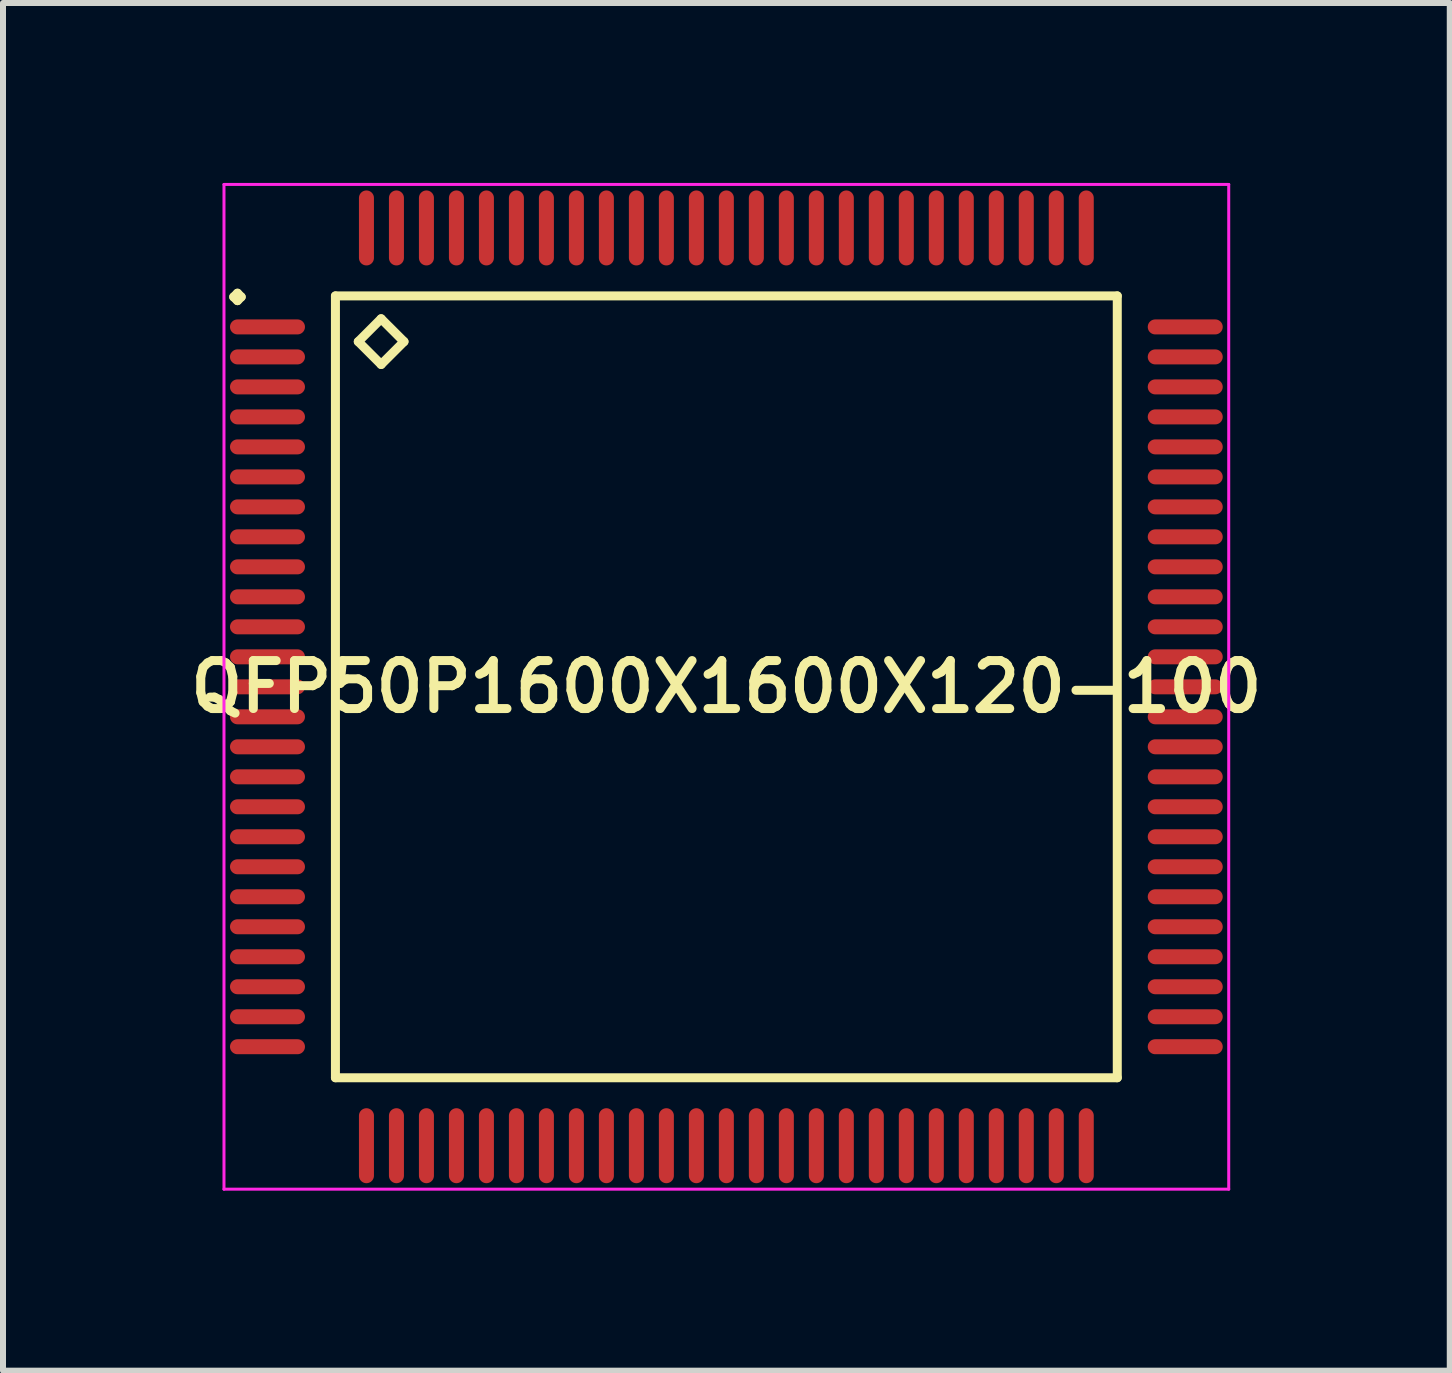
<source format=kicad_pcb>
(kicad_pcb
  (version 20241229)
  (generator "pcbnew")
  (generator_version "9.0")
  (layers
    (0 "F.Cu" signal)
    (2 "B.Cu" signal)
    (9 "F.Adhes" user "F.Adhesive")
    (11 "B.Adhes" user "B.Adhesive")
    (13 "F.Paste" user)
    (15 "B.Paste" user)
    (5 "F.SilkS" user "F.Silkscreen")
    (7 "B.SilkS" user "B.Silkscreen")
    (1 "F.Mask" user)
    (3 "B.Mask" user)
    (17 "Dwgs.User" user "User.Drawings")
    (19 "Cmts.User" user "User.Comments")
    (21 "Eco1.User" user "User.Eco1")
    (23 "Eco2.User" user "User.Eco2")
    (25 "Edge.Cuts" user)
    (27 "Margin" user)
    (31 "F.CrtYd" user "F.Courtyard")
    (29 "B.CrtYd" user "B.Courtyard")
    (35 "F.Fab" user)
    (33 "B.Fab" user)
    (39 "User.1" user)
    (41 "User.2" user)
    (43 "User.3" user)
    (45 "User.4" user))
  (footprint "QFP50P1600X1600X120-100"
    (layer "F.Cu")
    (at 9.059 8.4)
    (property "Reference" "QFP50P1600X1600X120-100" (at 0 0 0) (layer "F.SilkS") (effects (font (size 0.8 0.8) (thickness 0.15))))
    (attr smd)
    (fp_line (start -8.213 -6.5) (end -8.15 -6.562) (stroke (width 0.15) (type solid)) (layer "F.SilkS"))
    (fp_line (start -8.15 -6.562) (end -8.088 -6.5) (stroke (width 0.15) (type solid)) (layer "F.SilkS"))
    (fp_line (start -8.15 -6.438) (end -8.213 -6.5) (stroke (width 0.15) (type solid)) (layer "F.SilkS"))
    (fp_line (start -8.088 -6.5) (end -8.15 -6.438) (stroke (width 0.15) (type solid)) (layer "F.SilkS"))
    (fp_line (start -6.517 -6.517) (end -6.517 6.517) (stroke (width 0.15) (type solid)) (layer "F.SilkS"))
    (fp_line (start -6.517 6.517) (end 6.517 6.517) (stroke (width 0.15) (type solid)) (layer "F.SilkS"))
    (fp_line (start -6.136 -5.755) (end -5.755 -6.136) (stroke (width 0.15) (type solid)) (layer "F.SilkS"))
    (fp_line (start -5.755 -6.136) (end -5.374 -5.755) (stroke (width 0.15) (type solid)) (layer "F.SilkS"))
    (fp_line (start -5.755 -5.374) (end -6.136 -5.755) (stroke (width 0.15) (type solid)) (layer "F.SilkS"))
    (fp_line (start -5.374 -5.755) (end -5.755 -5.374) (stroke (width 0.15) (type solid)) (layer "F.SilkS"))
    (fp_line (start 6.517 -6.517) (end -6.517 -6.517) (stroke (width 0.15) (type solid)) (layer "F.SilkS"))
    (fp_line (start 6.517 6.517) (end 6.517 -6.517) (stroke (width 0.15) (type solid)) (layer "F.SilkS"))
    (fp_line (start -8.375 -8.375) (end 8.375 -8.375) (stroke (width 0.05) (type solid)) (layer "F.CrtYd"))
    (fp_line (start -8.375 8.375) (end -8.375 -8.375) (stroke (width 0.05) (type solid)) (layer "F.CrtYd"))
    (fp_line (start 8.375 -8.375) (end 8.375 8.375) (stroke (width 0.05) (type solid)) (layer "F.CrtYd"))
    (fp_line (start 8.375 8.375) (end -8.375 8.375) (stroke (width 0.05) (type solid)) (layer "F.CrtYd"))
    (pad "1" smd oval (at -7.65 -6) (size 1.25 0.25) (layers "F.Cu" "F.Mask" "F.Paste"))
    (pad "2" smd oval (at -7.65 -5.5) (size 1.25 0.25) (layers "F.Cu" "F.Mask" "F.Paste"))
    (pad "3" smd oval (at -7.65 -5) (size 1.25 0.25) (layers "F.Cu" "F.Mask" "F.Paste"))
    (pad "4" smd oval (at -7.65 -4.5) (size 1.25 0.25) (layers "F.Cu" "F.Mask" "F.Paste"))
    (pad "5" smd oval (at -7.65 -4) (size 1.25 0.25) (layers "F.Cu" "F.Mask" "F.Paste"))
    (pad "6" smd oval (at -7.65 -3.5) (size 1.25 0.25) (layers "F.Cu" "F.Mask" "F.Paste"))
    (pad "7" smd oval (at -7.65 -3) (size 1.25 0.25) (layers "F.Cu" "F.Mask" "F.Paste"))
    (pad "8" smd oval (at -7.65 -2.5) (size 1.25 0.25) (layers "F.Cu" "F.Mask" "F.Paste"))
    (pad "9" smd oval (at -7.65 -2) (size 1.25 0.25) (layers "F.Cu" "F.Mask" "F.Paste"))
    (pad "10" smd oval (at -7.65 -1.5) (size 1.25 0.25) (layers "F.Cu" "F.Mask" "F.Paste"))
    (pad "11" smd oval (at -7.65 -1) (size 1.25 0.25) (layers "F.Cu" "F.Mask" "F.Paste"))
    (pad "12" smd oval (at -7.65 -0.5) (size 1.25 0.25) (layers "F.Cu" "F.Mask" "F.Paste"))
    (pad "13" smd oval (at -7.65 0) (size 1.25 0.25) (layers "F.Cu" "F.Mask" "F.Paste"))
    (pad "14" smd oval (at -7.65 0.5) (size 1.25 0.25) (layers "F.Cu" "F.Mask" "F.Paste"))
    (pad "15" smd oval (at -7.65 1) (size 1.25 0.25) (layers "F.Cu" "F.Mask" "F.Paste"))
    (pad "16" smd oval (at -7.65 1.5) (size 1.25 0.25) (layers "F.Cu" "F.Mask" "F.Paste"))
    (pad "17" smd oval (at -7.65 2) (size 1.25 0.25) (layers "F.Cu" "F.Mask" "F.Paste"))
    (pad "18" smd oval (at -7.65 2.5) (size 1.25 0.25) (layers "F.Cu" "F.Mask" "F.Paste"))
    (pad "19" smd oval (at -7.65 3) (size 1.25 0.25) (layers "F.Cu" "F.Mask" "F.Paste"))
    (pad "20" smd oval (at -7.65 3.5) (size 1.25 0.25) (layers "F.Cu" "F.Mask" "F.Paste"))
    (pad "21" smd oval (at -7.65 4) (size 1.25 0.25) (layers "F.Cu" "F.Mask" "F.Paste"))
    (pad "22" smd oval (at -7.65 4.5) (size 1.25 0.25) (layers "F.Cu" "F.Mask" "F.Paste"))
    (pad "23" smd oval (at -7.65 5) (size 1.25 0.25) (layers "F.Cu" "F.Mask" "F.Paste"))
    (pad "24" smd oval (at -7.65 5.5) (size 1.25 0.25) (layers "F.Cu" "F.Mask" "F.Paste"))
    (pad "25" smd oval (at -7.65 6) (size 1.25 0.25) (layers "F.Cu" "F.Mask" "F.Paste"))
    (pad "26" smd oval (at -6 7.65) (size 0.25 1.25) (layers "F.Cu" "F.Mask" "F.Paste"))
    (pad "27" smd oval (at -5.5 7.65) (size 0.25 1.25) (layers "F.Cu" "F.Mask" "F.Paste"))
    (pad "28" smd oval (at -5 7.65) (size 0.25 1.25) (layers "F.Cu" "F.Mask" "F.Paste"))
    (pad "29" smd oval (at -4.5 7.65) (size 0.25 1.25) (layers "F.Cu" "F.Mask" "F.Paste"))
    (pad "30" smd oval (at -4 7.65) (size 0.25 1.25) (layers "F.Cu" "F.Mask" "F.Paste"))
    (pad "31" smd oval (at -3.5 7.65) (size 0.25 1.25) (layers "F.Cu" "F.Mask" "F.Paste"))
    (pad "32" smd oval (at -3 7.65) (size 0.25 1.25) (layers "F.Cu" "F.Mask" "F.Paste"))
    (pad "33" smd oval (at -2.5 7.65) (size 0.25 1.25) (layers "F.Cu" "F.Mask" "F.Paste"))
    (pad "34" smd oval (at -2 7.65) (size 0.25 1.25) (layers "F.Cu" "F.Mask" "F.Paste"))
    (pad "35" smd oval (at -1.5 7.65) (size 0.25 1.25) (layers "F.Cu" "F.Mask" "F.Paste"))
    (pad "36" smd oval (at -1 7.65) (size 0.25 1.25) (layers "F.Cu" "F.Mask" "F.Paste"))
    (pad "37" smd oval (at -0.5 7.65) (size 0.25 1.25) (layers "F.Cu" "F.Mask" "F.Paste"))
    (pad "38" smd oval (at 0 7.65) (size 0.25 1.25) (layers "F.Cu" "F.Mask" "F.Paste"))
    (pad "39" smd oval (at 0.5 7.65) (size 0.25 1.25) (layers "F.Cu" "F.Mask" "F.Paste"))
    (pad "40" smd oval (at 1 7.65) (size 0.25 1.25) (layers "F.Cu" "F.Mask" "F.Paste"))
    (pad "41" smd oval (at 1.5 7.65) (size 0.25 1.25) (layers "F.Cu" "F.Mask" "F.Paste"))
    (pad "42" smd oval (at 2 7.65) (size 0.25 1.25) (layers "F.Cu" "F.Mask" "F.Paste"))
    (pad "43" smd oval (at 2.5 7.65) (size 0.25 1.25) (layers "F.Cu" "F.Mask" "F.Paste"))
    (pad "44" smd oval (at 3 7.65) (size 0.25 1.25) (layers "F.Cu" "F.Mask" "F.Paste"))
    (pad "45" smd oval (at 3.5 7.65) (size 0.25 1.25) (layers "F.Cu" "F.Mask" "F.Paste"))
    (pad "46" smd oval (at 4 7.65) (size 0.25 1.25) (layers "F.Cu" "F.Mask" "F.Paste"))
    (pad "47" smd oval (at 4.5 7.65) (size 0.25 1.25) (layers "F.Cu" "F.Mask" "F.Paste"))
    (pad "48" smd oval (at 5 7.65) (size 0.25 1.25) (layers "F.Cu" "F.Mask" "F.Paste"))
    (pad "49" smd oval (at 5.5 7.65) (size 0.25 1.25) (layers "F.Cu" "F.Mask" "F.Paste"))
    (pad "50" smd oval (at 6 7.65) (size 0.25 1.25) (layers "F.Cu" "F.Mask" "F.Paste"))
    (pad "51" smd oval (at 7.65 6) (size 1.25 0.25) (layers "F.Cu" "F.Mask" "F.Paste"))
    (pad "52" smd oval (at 7.65 5.5) (size 1.25 0.25) (layers "F.Cu" "F.Mask" "F.Paste"))
    (pad "53" smd oval (at 7.65 5) (size 1.25 0.25) (layers "F.Cu" "F.Mask" "F.Paste"))
    (pad "54" smd oval (at 7.65 4.5) (size 1.25 0.25) (layers "F.Cu" "F.Mask" "F.Paste"))
    (pad "55" smd oval (at 7.65 4) (size 1.25 0.25) (layers "F.Cu" "F.Mask" "F.Paste"))
    (pad "56" smd oval (at 7.65 3.5) (size 1.25 0.25) (layers "F.Cu" "F.Mask" "F.Paste"))
    (pad "57" smd oval (at 7.65 3) (size 1.25 0.25) (layers "F.Cu" "F.Mask" "F.Paste"))
    (pad "58" smd oval (at 7.65 2.5) (size 1.25 0.25) (layers "F.Cu" "F.Mask" "F.Paste"))
    (pad "59" smd oval (at 7.65 2) (size 1.25 0.25) (layers "F.Cu" "F.Mask" "F.Paste"))
    (pad "60" smd oval (at 7.65 1.5) (size 1.25 0.25) (layers "F.Cu" "F.Mask" "F.Paste"))
    (pad "61" smd oval (at 7.65 1) (size 1.25 0.25) (layers "F.Cu" "F.Mask" "F.Paste"))
    (pad "62" smd oval (at 7.65 0.5) (size 1.25 0.25) (layers "F.Cu" "F.Mask" "F.Paste"))
    (pad "63" smd oval (at 7.65 0) (size 1.25 0.25) (layers "F.Cu" "F.Mask" "F.Paste"))
    (pad "64" smd oval (at 7.65 -0.5) (size 1.25 0.25) (layers "F.Cu" "F.Mask" "F.Paste"))
    (pad "65" smd oval (at 7.65 -1) (size 1.25 0.25) (layers "F.Cu" "F.Mask" "F.Paste"))
    (pad "66" smd oval (at 7.65 -1.5) (size 1.25 0.25) (layers "F.Cu" "F.Mask" "F.Paste"))
    (pad "67" smd oval (at 7.65 -2) (size 1.25 0.25) (layers "F.Cu" "F.Mask" "F.Paste"))
    (pad "68" smd oval (at 7.65 -2.5) (size 1.25 0.25) (layers "F.Cu" "F.Mask" "F.Paste"))
    (pad "69" smd oval (at 7.65 -3) (size 1.25 0.25) (layers "F.Cu" "F.Mask" "F.Paste"))
    (pad "70" smd oval (at 7.65 -3.5) (size 1.25 0.25) (layers "F.Cu" "F.Mask" "F.Paste"))
    (pad "71" smd oval (at 7.65 -4) (size 1.25 0.25) (layers "F.Cu" "F.Mask" "F.Paste"))
    (pad "72" smd oval (at 7.65 -4.5) (size 1.25 0.25) (layers "F.Cu" "F.Mask" "F.Paste"))
    (pad "73" smd oval (at 7.65 -5) (size 1.25 0.25) (layers "F.Cu" "F.Mask" "F.Paste"))
    (pad "74" smd oval (at 7.65 -5.5) (size 1.25 0.25) (layers "F.Cu" "F.Mask" "F.Paste"))
    (pad "75" smd oval (at 7.65 -6) (size 1.25 0.25) (layers "F.Cu" "F.Mask" "F.Paste"))
    (pad "76" smd oval (at 6 -7.65) (size 0.25 1.25) (layers "F.Cu" "F.Mask" "F.Paste"))
    (pad "77" smd oval (at 5.5 -7.65) (size 0.25 1.25) (layers "F.Cu" "F.Mask" "F.Paste"))
    (pad "78" smd oval (at 5 -7.65) (size 0.25 1.25) (layers "F.Cu" "F.Mask" "F.Paste"))
    (pad "79" smd oval (at 4.5 -7.65) (size 0.25 1.25) (layers "F.Cu" "F.Mask" "F.Paste"))
    (pad "80" smd oval (at 4 -7.65) (size 0.25 1.25) (layers "F.Cu" "F.Mask" "F.Paste"))
    (pad "81" smd oval (at 3.5 -7.65) (size 0.25 1.25) (layers "F.Cu" "F.Mask" "F.Paste"))
    (pad "82" smd oval (at 3 -7.65) (size 0.25 1.25) (layers "F.Cu" "F.Mask" "F.Paste"))
    (pad "83" smd oval (at 2.5 -7.65) (size 0.25 1.25) (layers "F.Cu" "F.Mask" "F.Paste"))
    (pad "84" smd oval (at 2 -7.65) (size 0.25 1.25) (layers "F.Cu" "F.Mask" "F.Paste"))
    (pad "85" smd oval (at 1.5 -7.65) (size 0.25 1.25) (layers "F.Cu" "F.Mask" "F.Paste"))
    (pad "86" smd oval (at 1 -7.65) (size 0.25 1.25) (layers "F.Cu" "F.Mask" "F.Paste"))
    (pad "87" smd oval (at 0.5 -7.65) (size 0.25 1.25) (layers "F.Cu" "F.Mask" "F.Paste"))
    (pad "88" smd oval (at 0 -7.65) (size 0.25 1.25) (layers "F.Cu" "F.Mask" "F.Paste"))
    (pad "89" smd oval (at -0.5 -7.65) (size 0.25 1.25) (layers "F.Cu" "F.Mask" "F.Paste"))
    (pad "90" smd oval (at -1 -7.65) (size 0.25 1.25) (layers "F.Cu" "F.Mask" "F.Paste"))
    (pad "91" smd oval (at -1.5 -7.65) (size 0.25 1.25) (layers "F.Cu" "F.Mask" "F.Paste"))
    (pad "92" smd oval (at -2 -7.65) (size 0.25 1.25) (layers "F.Cu" "F.Mask" "F.Paste"))
    (pad "93" smd oval (at -2.5 -7.65) (size 0.25 1.25) (layers "F.Cu" "F.Mask" "F.Paste"))
    (pad "94" smd oval (at -3 -7.65) (size 0.25 1.25) (layers "F.Cu" "F.Mask" "F.Paste"))
    (pad "95" smd oval (at -3.5 -7.65) (size 0.25 1.25) (layers "F.Cu" "F.Mask" "F.Paste"))
    (pad "96" smd oval (at -4 -7.65) (size 0.25 1.25) (layers "F.Cu" "F.Mask" "F.Paste"))
    (pad "97" smd oval (at -4.5 -7.65) (size 0.25 1.25) (layers "F.Cu" "F.Mask" "F.Paste"))
    (pad "98" smd oval (at -5 -7.65) (size 0.25 1.25) (layers "F.Cu" "F.Mask" "F.Paste"))
    (pad "99" smd oval (at -5.5 -7.65) (size 0.25 1.25) (layers "F.Cu" "F.Mask" "F.Paste"))
    (pad "100" smd oval (at -6 -7.65) (size 0.25 1.25) (layers "F.Cu" "F.Mask" "F.Paste")))
  (gr_rect
    (start -3 -3)
    (end 21.119 19.8)
    (stroke (width 0.1) (type default))
    (fill no)
    (layer "Edge.Cuts")))
</source>
